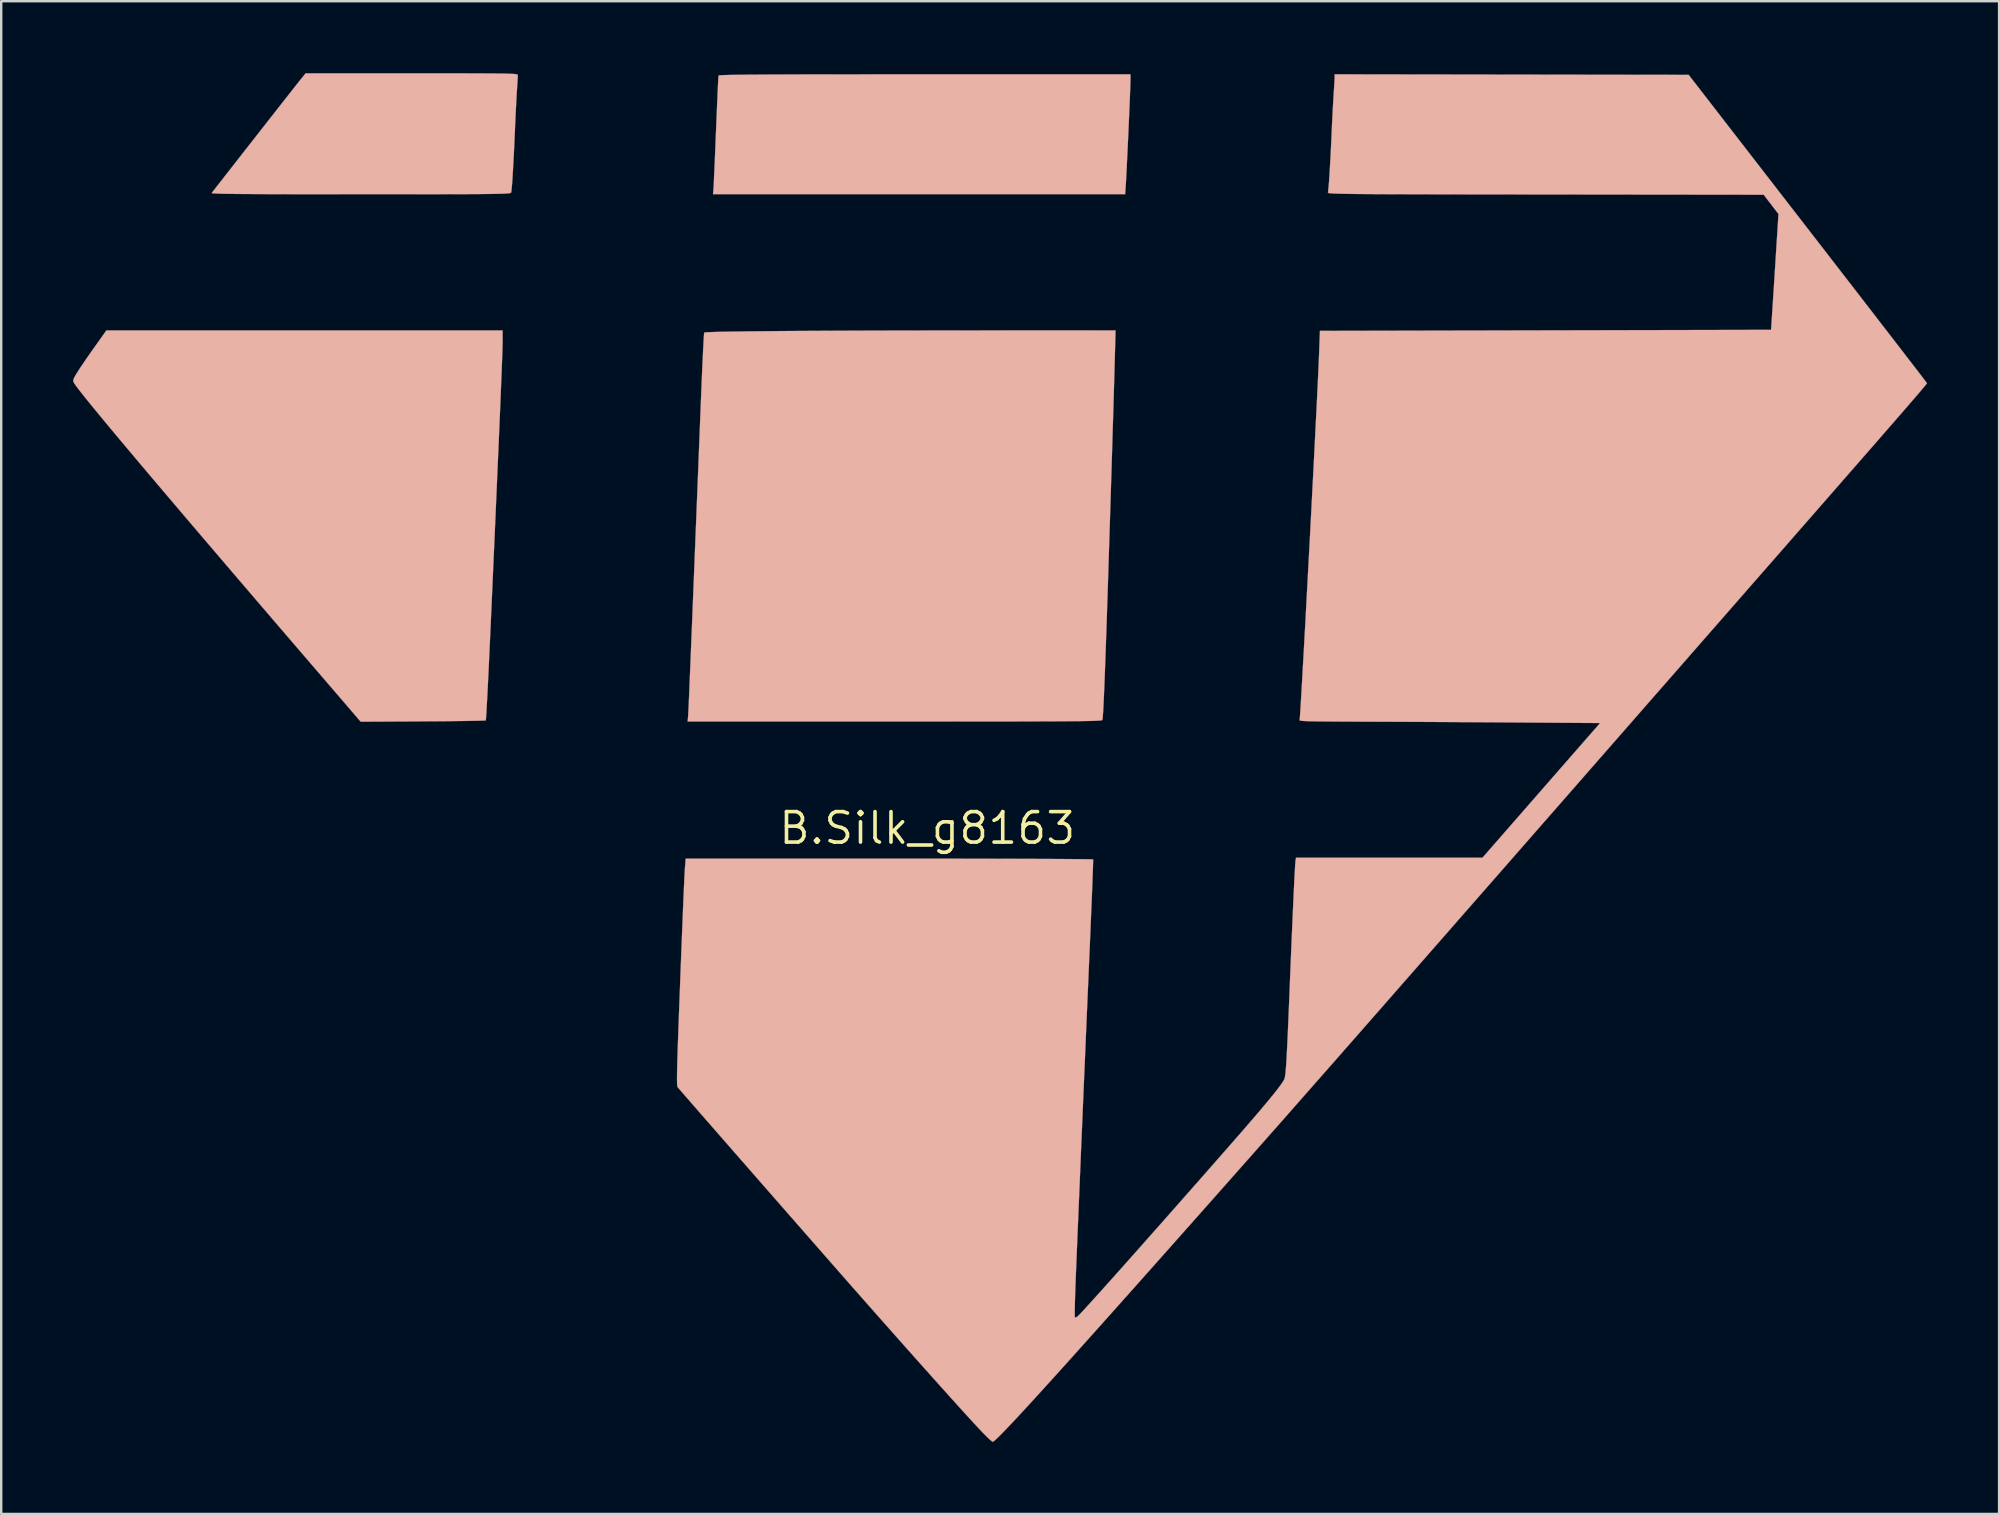
<source format=kicad_pcb>
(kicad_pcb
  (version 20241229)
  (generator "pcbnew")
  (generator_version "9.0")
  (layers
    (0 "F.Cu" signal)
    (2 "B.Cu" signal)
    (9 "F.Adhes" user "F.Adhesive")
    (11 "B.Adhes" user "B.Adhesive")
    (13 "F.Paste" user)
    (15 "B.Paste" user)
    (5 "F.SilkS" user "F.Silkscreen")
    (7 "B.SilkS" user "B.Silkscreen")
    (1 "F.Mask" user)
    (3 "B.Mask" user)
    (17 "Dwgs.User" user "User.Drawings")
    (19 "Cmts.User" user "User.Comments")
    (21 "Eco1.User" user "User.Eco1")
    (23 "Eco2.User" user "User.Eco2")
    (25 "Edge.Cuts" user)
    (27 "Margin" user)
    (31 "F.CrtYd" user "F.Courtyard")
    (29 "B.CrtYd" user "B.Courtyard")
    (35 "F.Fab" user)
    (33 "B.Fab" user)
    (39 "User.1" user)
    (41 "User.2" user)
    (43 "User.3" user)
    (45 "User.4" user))
  (footprint "B.Silk_g8163"
    (layer "F.Cu")
    (at 35.588 31.459)
    (property "Reference" "B.Silk_g8163" (at 0 0 0) (layer "F.SilkS") (effects (font (size 1.27 1.27) (thickness 0.15))))
    (attr through_hole)
    (fp_poly (pts (xy 8.467 -31.161) (xy 8.465 -31.063) (xy 8.459 -30.891) (xy 8.45 -30.656) (xy 8.439 -30.369) (xy 8.425 -30.04) (xy 8.41 -29.68) (xy 8.393 -29.3) (xy 8.376 -28.91) (xy 8.358 -28.522) (xy 8.34 -28.145) (xy 8.323 -27.792) (xy 8.308 -27.472) (xy 8.294 -27.196) (xy 8.282 -26.975) (xy 8.273 -26.829) (xy 8.246 -26.416) (xy -8.928 -26.416) (xy -8.91 -26.617) (xy -8.904 -26.698) (xy -8.896 -26.854) (xy -8.886 -27.077) (xy -8.873 -27.359) (xy -8.858 -27.691) (xy -8.843 -28.063) (xy -8.826 -28.468) (xy -8.809 -28.896) (xy -8.802 -29.062) (xy -8.785 -29.491) (xy -8.768 -29.895) (xy -8.752 -30.266) (xy -8.738 -30.596) (xy -8.725 -30.877) (xy -8.714 -31.101) (xy -8.705 -31.26) (xy -8.699 -31.346) (xy -8.697 -31.358) (xy -8.68 -31.365) (xy -8.631 -31.371) (xy -8.547 -31.376) (xy -8.425 -31.381) (xy -8.262 -31.386) (xy -8.055 -31.39) (xy -7.802 -31.393) (xy -7.499 -31.397) (xy -7.144 -31.399) (xy -6.733 -31.402) (xy -6.263 -31.404) (xy -5.732 -31.406) (xy -5.137 -31.408) (xy -4.475 -31.409) (xy -3.743 -31.41) (xy -2.937 -31.41) (xy -2.056 -31.411) (xy -1.095 -31.411) (xy -0.107 -31.411) (xy 8.467 -31.411) (xy 8.467 -31.161)) (stroke (width 0.01) (type solid)) (fill yes) (layer "B.SilkS"))
    (fp_poly (pts (xy -17.695 -20.257) (xy -17.697 -20.132) (xy -17.703 -19.923) (xy -17.713 -19.63) (xy -17.727 -19.254) (xy -17.745 -18.795) (xy -17.767 -18.253) (xy -17.792 -17.63) (xy -17.822 -16.925) (xy -17.855 -16.139) (xy -17.893 -15.272) (xy -17.934 -14.325) (xy -17.979 -13.298) (xy -18.027 -12.192) (xy -18.08 -11.006) (xy -18.136 -9.742) (xy -18.196 -8.4) (xy -18.224 -7.773) (xy -18.248 -7.256) (xy -18.271 -6.763) (xy -18.293 -6.302) (xy -18.314 -5.878) (xy -18.333 -5.499) (xy -18.351 -5.171) (xy -18.366 -4.899) (xy -18.379 -4.692) (xy -18.389 -4.555) (xy -18.395 -4.494) (xy -18.396 -4.492) (xy -18.442 -4.487) (xy -18.565 -4.482) (xy -18.758 -4.477) (xy -19.014 -4.472) (xy -19.325 -4.467) (xy -19.684 -4.463) (xy -20.084 -4.458) (xy -20.517 -4.455) (xy -20.976 -4.452) (xy -21.015 -4.451) (xy -23.608 -4.437) (xy -26.04 -7.267) (xy -26.986 -8.368) (xy -27.886 -9.418) (xy -28.739 -10.414) (xy -29.544 -11.356) (xy -30.302 -12.243) (xy -31.011 -13.076) (xy -31.671 -13.852) (xy -32.281 -14.572) (xy -32.842 -15.235) (xy -33.351 -15.84) (xy -33.809 -16.387) (xy -34.216 -16.875) (xy -34.57 -17.303) (xy -34.872 -17.671) (xy -35.12 -17.978) (xy -35.314 -18.224) (xy -35.454 -18.407) (xy -35.539 -18.527) (xy -35.559 -18.561) (xy -35.583 -18.62) (xy -35.582 -18.681) (xy -35.55 -18.764) (xy -35.48 -18.89) (xy -35.443 -18.953) (xy -35.365 -19.076) (xy -35.249 -19.252) (xy -35.104 -19.466) (xy -34.941 -19.702) (xy -34.771 -19.944) (xy -34.737 -19.992) (xy -34.204 -20.743) (xy -17.695 -20.743) (xy -17.695 -20.257)) (stroke (width 0.01) (type solid)) (fill yes) (layer "B.SilkS"))
    (fp_poly (pts (xy -20.772 -31.454) (xy -20.143 -31.453) (xy -19.589 -31.453) (xy -19.106 -31.452) (xy -18.688 -31.451) (xy -18.331 -31.449) (xy -18.03 -31.447) (xy -17.781 -31.444) (xy -17.578 -31.441) (xy -17.417 -31.436) (xy -17.293 -31.431) (xy -17.201 -31.425) (xy -17.137 -31.417) (xy -17.096 -31.409) (xy -17.072 -31.399) (xy -17.063 -31.388) (xy -17.061 -31.38) (xy -17.064 -31.312) (xy -17.071 -31.178) (xy -17.083 -30.993) (xy -17.096 -30.777) (xy -17.102 -30.692) (xy -17.115 -30.47) (xy -17.13 -30.185) (xy -17.147 -29.858) (xy -17.164 -29.509) (xy -17.179 -29.161) (xy -17.187 -28.977) (xy -17.206 -28.528) (xy -17.226 -28.102) (xy -17.247 -27.709) (xy -17.267 -27.356) (xy -17.286 -27.051) (xy -17.304 -26.804) (xy -17.321 -26.621) (xy -17.335 -26.511) (xy -17.34 -26.49) (xy -17.346 -26.48) (xy -17.361 -26.471) (xy -17.389 -26.463) (xy -17.434 -26.455) (xy -17.499 -26.449) (xy -17.59 -26.443) (xy -17.709 -26.438) (xy -17.861 -26.434) (xy -18.05 -26.43) (xy -18.28 -26.427) (xy -18.555 -26.424) (xy -18.879 -26.422) (xy -19.256 -26.42) (xy -19.69 -26.419) (xy -20.186 -26.418) (xy -20.746 -26.417) (xy -21.375 -26.416) (xy -22.077 -26.416) (xy -22.857 -26.416) (xy -23.609 -26.416) (xy -24.486 -26.416) (xy -25.283 -26.417) (xy -26.001 -26.417) (xy -26.645 -26.418) (xy -27.218 -26.42) (xy -27.724 -26.421) (xy -28.165 -26.424) (xy -28.546 -26.426) (xy -28.869 -26.429) (xy -29.138 -26.433) (xy -29.357 -26.437) (xy -29.529 -26.442) (xy -29.658 -26.447) (xy -29.746 -26.453) (xy -29.797 -26.459) (xy -29.815 -26.467) (xy -29.815 -26.469) (xy -29.734 -26.573) (xy -29.611 -26.732) (xy -29.448 -26.94) (xy -29.254 -27.189) (xy -29.032 -27.473) (xy -28.788 -27.785) (xy -28.528 -28.118) (xy -28.257 -28.463) (xy -27.981 -28.816) (xy -27.706 -29.168) (xy -27.436 -29.512) (xy -27.177 -29.842) (xy -26.935 -30.151) (xy -26.715 -30.431) (xy -26.523 -30.675) (xy -26.365 -30.877) (xy -26.245 -31.029) (xy -26.169 -31.125) (xy -26.151 -31.147) (xy -25.903 -31.454) (xy -21.481 -31.454) (xy -20.772 -31.454)) (stroke (width 0.01) (type solid)) (fill yes) (layer "B.SilkS"))
    (fp_poly (pts (xy 7.816 -19.632) (xy 7.808 -19.339) (xy 7.797 -18.969) (xy 7.785 -18.53) (xy 7.77 -18.029) (xy 7.754 -17.475) (xy 7.736 -16.875) (xy 7.716 -16.237) (xy 7.696 -15.567) (xy 7.675 -14.876) (xy 7.653 -14.169) (xy 7.631 -13.454) (xy 7.608 -12.741) (xy 7.586 -12.035) (xy 7.564 -11.345) (xy 7.543 -10.678) (xy 7.523 -10.043) (xy 7.503 -9.447) (xy 7.493 -9.144) (xy 7.466 -8.315) (xy 7.44 -7.569) (xy 7.416 -6.906) (xy 7.394 -6.326) (xy 7.374 -5.828) (xy 7.356 -5.41) (xy 7.34 -5.072) (xy 7.325 -4.813) (xy 7.313 -4.633) (xy 7.302 -4.531) (xy 7.296 -4.508) (xy 7.286 -4.501) (xy 7.26 -4.494) (xy 7.214 -4.488) (xy 7.145 -4.482) (xy 7.05 -4.477) (xy 6.925 -4.472) (xy 6.767 -4.468) (xy 6.574 -4.464) (xy 6.34 -4.461) (xy 6.064 -4.458) (xy 5.741 -4.455) (xy 5.369 -4.453) (xy 4.944 -4.451) (xy 4.463 -4.45) (xy 3.922 -4.448) (xy 3.318 -4.447) (xy 2.649 -4.446) (xy 1.91 -4.446) (xy 1.098 -4.445) (xy 0.21 -4.445) (xy -0.757 -4.445) (xy -1.356 -4.445) (xy -9.985 -4.445) (xy -9.965 -4.667) (xy -9.962 -4.708) (xy -9.958 -4.78) (xy -9.953 -4.887) (xy -9.946 -5.03) (xy -9.938 -5.213) (xy -9.928 -5.437) (xy -9.917 -5.704) (xy -9.904 -6.018) (xy -9.889 -6.381) (xy -9.872 -6.795) (xy -9.853 -7.261) (xy -9.832 -7.784) (xy -9.808 -8.365) (xy -9.782 -9.006) (xy -9.754 -9.711) (xy -9.723 -10.48) (xy -9.69 -11.317) (xy -9.653 -12.225) (xy -9.614 -13.204) (xy -9.572 -14.259) (xy -9.527 -15.39) (xy -9.479 -16.601) (xy -9.428 -17.895) (xy -9.422 -18.049) (xy -9.403 -18.508) (xy -9.385 -18.941) (xy -9.367 -19.343) (xy -9.35 -19.704) (xy -9.335 -20.017) (xy -9.321 -20.276) (xy -9.309 -20.473) (xy -9.3 -20.6) (xy -9.293 -20.651) (xy -9.293 -20.651) (xy -9.242 -20.659) (xy -9.11 -20.667) (xy -8.898 -20.675) (xy -8.609 -20.683) (xy -8.245 -20.69) (xy -7.809 -20.696) (xy -7.304 -20.703) (xy -6.732 -20.708) (xy -6.096 -20.714) (xy -5.398 -20.719) (xy -4.64 -20.723) (xy -3.826 -20.727) (xy -2.958 -20.731) (xy -2.038 -20.734) (xy -1.069 -20.736) (xy -0.053 -20.738) (xy 1.007 -20.739) (xy 1.499 -20.74) (xy 7.845 -20.743) (xy 7.816 -19.632)) (stroke (width 0.01) (type solid)) (fill yes) (layer "B.SilkS"))
    (fp_poly (pts (xy 24.351 -31.401) (xy 31.726 -31.39) (xy 36.69 -24.977) (xy 37.194 -24.326) (xy 37.683 -23.694) (xy 38.156 -23.083) (xy 38.61 -22.496) (xy 39.042 -21.937) (xy 39.45 -21.409) (xy 39.831 -20.915) (xy 40.184 -20.458) (xy 40.505 -20.042) (xy 40.791 -19.67) (xy 41.042 -19.345) (xy 41.253 -19.071) (xy 41.422 -18.85) (xy 41.547 -18.686) (xy 41.626 -18.582) (xy 41.655 -18.542) (xy 41.656 -18.542) (xy 41.651 -18.532) (xy 41.637 -18.512) (xy 41.612 -18.48) (xy 41.574 -18.433) (xy 41.521 -18.369) (xy 41.453 -18.288) (xy 41.367 -18.188) (xy 41.263 -18.065) (xy 41.138 -17.92) (xy 40.991 -17.75) (xy 40.821 -17.553) (xy 40.626 -17.328) (xy 40.404 -17.073) (xy 40.154 -16.786) (xy 39.875 -16.465) (xy 39.565 -16.109) (xy 39.222 -15.716) (xy 38.845 -15.284) (xy 38.432 -14.812) (xy 37.983 -14.297) (xy 37.494 -13.738) (xy 36.966 -13.133) (xy 36.396 -12.481) (xy 35.783 -11.78) (xy 35.125 -11.027) (xy 34.42 -10.222) (xy 33.668 -9.362) (xy 32.867 -8.446) (xy 32.015 -7.472) (xy 31.111 -6.438) (xy 30.152 -5.343) (xy 29.885 -5.038) (xy 28.765 -3.757) (xy 27.699 -2.539) (xy 26.685 -1.38) (xy 25.722 -0.28) (xy 24.807 0.765) (xy 23.94 1.756) (xy 23.118 2.695) (xy 22.339 3.584) (xy 21.603 4.425) (xy 20.906 5.22) (xy 20.249 5.971) (xy 19.627 6.68) (xy 19.041 7.349) (xy 18.488 7.979) (xy 17.967 8.574) (xy 17.475 9.134) (xy 17.012 9.662) (xy 16.575 10.159) (xy 16.162 10.628) (xy 15.772 11.071) (xy 15.404 11.49) (xy 15.055 11.886) (xy 14.724 12.262) (xy 14.409 12.619) (xy 14.108 12.959) (xy 13.888 13.208) (xy 12.852 14.379) (xy 11.871 15.487) (xy 10.944 16.532) (xy 10.071 17.516) (xy 9.25 18.439) (xy 8.482 19.302) (xy 7.765 20.106) (xy 7.099 20.852) (xy 6.483 21.539) (xy 5.917 22.17) (xy 5.399 22.744) (xy 4.929 23.263) (xy 4.507 23.727) (xy 4.131 24.137) (xy 3.802 24.494) (xy 3.517 24.798) (xy 3.277 25.051) (xy 3.081 25.253) (xy 2.929 25.404) (xy 2.819 25.507) (xy 2.75 25.56) (xy 2.729 25.569) (xy 2.682 25.54) (xy 2.59 25.461) (xy 2.467 25.344) (xy 2.326 25.201) (xy 2.323 25.199) (xy 2.147 25.013) (xy 1.918 24.766) (xy 1.64 24.462) (xy 1.315 24.104) (xy 0.946 23.695) (xy 0.537 23.24) (xy 0.09 22.74) (xy -0.392 22.201) (xy -0.905 21.624) (xy -1.447 21.013) (xy -2.015 20.372) (xy -2.605 19.703) (xy -2.734 19.558) (xy -2.916 19.35) (xy -3.14 19.097) (xy -3.399 18.801) (xy -3.691 18.469) (xy -4.011 18.103) (xy -4.357 17.71) (xy -4.722 17.292) (xy -5.105 16.855) (xy -5.5 16.404) (xy -5.905 15.942) (xy -6.314 15.474) (xy -6.725 15.004) (xy -7.133 14.538) (xy -7.534 14.079) (xy -7.925 13.633) (xy -8.301 13.202) (xy -8.659 12.793) (xy -8.994 12.409) (xy -9.303 12.055) (xy -9.582 11.735) (xy -9.827 11.454) (xy -10.034 11.216) (xy -10.199 11.027) (xy -10.318 10.889) (xy -10.388 10.808) (xy -10.404 10.789) (xy -10.414 10.761) (xy -10.421 10.702) (xy -10.426 10.607) (xy -10.428 10.471) (xy -10.427 10.287) (xy -10.423 10.052) (xy -10.415 9.759) (xy -10.405 9.403) (xy -10.391 8.979) (xy -10.373 8.481) (xy -10.352 7.904) (xy -10.351 7.869) (xy -10.315 6.914) (xy -10.282 6.042) (xy -10.252 5.252) (xy -10.224 4.542) (xy -10.199 3.911) (xy -10.177 3.358) (xy -10.157 2.88) (xy -10.139 2.477) (xy -10.124 2.147) (xy -10.111 1.888) (xy -10.1 1.7) (xy -10.093 1.598) (xy -10.067 1.27) (xy -1.586 1.27) (xy -0.745 1.27) (xy 0.074 1.271) (xy 0.866 1.271) (xy 1.627 1.272) (xy 2.353 1.274) (xy 3.04 1.275) (xy 3.685 1.277) (xy 4.283 1.279) (xy 4.831 1.281) (xy 5.323 1.283) (xy 5.757 1.286) (xy 6.128 1.289) (xy 6.432 1.291) (xy 6.665 1.294) (xy 6.823 1.297) (xy 6.902 1.3) (xy 6.911 1.302) (xy 6.912 1.348) (xy 6.909 1.472) (xy 6.903 1.669) (xy 6.893 1.932) (xy 6.881 2.255) (xy 6.867 2.632) (xy 6.85 3.056) (xy 6.83 3.522) (xy 6.809 4.023) (xy 6.787 4.553) (xy 6.768 4.995) (xy 6.739 5.642) (xy 6.71 6.333) (xy 6.678 7.061) (xy 6.646 7.82) (xy 6.612 8.604) (xy 6.578 9.405) (xy 6.543 10.218) (xy 6.508 11.036) (xy 6.474 11.852) (xy 6.44 12.659) (xy 6.406 13.452) (xy 6.374 14.224) (xy 6.343 14.968) (xy 6.313 15.678) (xy 6.285 16.346) (xy 6.259 16.968) (xy 6.236 17.535) (xy 6.215 18.042) (xy 6.197 18.483) (xy 6.183 18.849) (xy 6.174 19.06) (xy 6.163 19.384) (xy 6.154 19.68) (xy 6.148 19.939) (xy 6.145 20.148) (xy 6.146 20.299) (xy 6.15 20.38) (xy 6.152 20.391) (xy 6.199 20.384) (xy 6.276 20.331) (xy 6.293 20.317) (xy 6.362 20.247) (xy 6.484 20.117) (xy 6.655 19.931) (xy 6.872 19.692) (xy 7.131 19.405) (xy 7.43 19.073) (xy 7.764 18.699) (xy 8.13 18.289) (xy 8.526 17.844) (xy 8.947 17.37) (xy 9.39 16.869) (xy 9.853 16.347) (xy 10.331 15.805) (xy 10.822 15.249) (xy 11.322 14.681) (xy 11.827 14.107) (xy 12.335 13.528) (xy 12.745 13.06) (xy 13.179 12.562) (xy 13.558 12.124) (xy 13.885 11.742) (xy 14.161 11.413) (xy 14.39 11.135) (xy 14.573 10.905) (xy 14.713 10.719) (xy 14.813 10.575) (xy 14.87 10.477) (xy 14.885 10.44) (xy 14.899 10.387) (xy 14.912 10.312) (xy 14.925 10.21) (xy 14.938 10.076) (xy 14.952 9.905) (xy 14.966 9.693) (xy 14.98 9.432) (xy 14.996 9.12) (xy 15.014 8.75) (xy 15.033 8.318) (xy 15.054 7.818) (xy 15.078 7.245) (xy 15.104 6.594) (xy 15.113 6.371) (xy 15.144 5.61) (xy 15.173 4.9) (xy 15.201 4.244) (xy 15.227 3.646) (xy 15.251 3.108) (xy 15.273 2.635) (xy 15.292 2.229) (xy 15.309 1.894) (xy 15.324 1.632) (xy 15.336 1.447) (xy 15.345 1.342) (xy 15.348 1.323) (xy 15.369 1.228) (xy 23.137 1.228) (xy 25.587 -1.577) (xy 28.037 -4.381) (xy 24.295 -4.407) (xy 23.662 -4.411) (xy 22.996 -4.415) (xy 22.311 -4.419) (xy 21.619 -4.423) (xy 20.934 -4.427) (xy 20.268 -4.43) (xy 19.634 -4.433) (xy 19.045 -4.435) (xy 18.514 -4.437) (xy 18.054 -4.439) (xy 18.025 -4.439) (xy 17.48 -4.44) (xy 17.014 -4.443) (xy 16.622 -4.446) (xy 16.3 -4.449) (xy 16.041 -4.454) (xy 15.84 -4.46) (xy 15.692 -4.466) (xy 15.592 -4.474) (xy 15.535 -4.484) (xy 15.515 -4.495) (xy 15.515 -4.498) (xy 15.521 -4.551) (xy 15.531 -4.683) (xy 15.545 -4.889) (xy 15.562 -5.164) (xy 15.582 -5.504) (xy 15.605 -5.902) (xy 15.631 -6.354) (xy 15.659 -6.855) (xy 15.69 -7.399) (xy 15.722 -7.982) (xy 15.756 -8.597) (xy 15.79 -9.241) (xy 15.826 -9.908) (xy 15.863 -10.592) (xy 15.9 -11.289) (xy 15.938 -11.994) (xy 15.975 -12.701) (xy 16.012 -13.405) (xy 16.048 -14.101) (xy 16.083 -14.784) (xy 16.118 -15.449) (xy 16.15 -16.091) (xy 16.181 -16.704) (xy 16.21 -17.284) (xy 16.237 -17.825) (xy 16.261 -18.322) (xy 16.283 -18.77) (xy 16.301 -19.164) (xy 16.316 -19.499) (xy 16.327 -19.769) (xy 16.332 -19.897) (xy 16.362 -20.722) (xy 35.158 -20.765) (xy 35.171 -20.934) (xy 35.176 -21.008) (xy 35.186 -21.158) (xy 35.2 -21.375) (xy 35.218 -21.652) (xy 35.239 -21.978) (xy 35.263 -22.346) (xy 35.289 -22.748) (xy 35.316 -23.173) (xy 35.327 -23.347) (xy 35.469 -25.59) (xy 35.161 -25.993) (xy 34.852 -26.395) (xy 25.763 -26.406) (xy 24.729 -26.407) (xy 23.776 -26.408) (xy 22.901 -26.409) (xy 22.101 -26.41) (xy 21.373 -26.412) (xy 20.712 -26.413) (xy 20.117 -26.415) (xy 19.583 -26.416) (xy 19.107 -26.418) (xy 18.686 -26.42) (xy 18.316 -26.423) (xy 17.995 -26.425) (xy 17.718 -26.428) (xy 17.484 -26.431) (xy 17.287 -26.435) (xy 17.126 -26.439) (xy 16.996 -26.444) (xy 16.894 -26.449) (xy 16.818 -26.454) (xy 16.763 -26.46) (xy 16.727 -26.466) (xy 16.706 -26.474) (xy 16.696 -26.481) (xy 16.696 -26.49) (xy 16.696 -26.49) (xy 16.708 -26.568) (xy 16.723 -26.721) (xy 16.741 -26.941) (xy 16.759 -27.219) (xy 16.779 -27.546) (xy 16.8 -27.913) (xy 16.82 -28.312) (xy 16.84 -28.734) (xy 16.851 -28.977) (xy 16.865 -29.309) (xy 16.882 -29.651) (xy 16.899 -29.981) (xy 16.915 -30.277) (xy 16.93 -30.521) (xy 16.935 -30.607) (xy 16.95 -30.829) (xy 16.962 -31.029) (xy 16.971 -31.188) (xy 16.975 -31.286) (xy 16.975 -31.295) (xy 16.976 -31.412) (xy 24.351 -31.401)) (stroke (width 0.01) (type solid)) (fill yes) (layer "B.SilkS")))
  (gr_rect
    (start -3 -3)
    (end 80.249 60.033)
    (stroke (width 0.1) (type default))
    (fill no)
    (layer "Edge.Cuts")))
</source>
